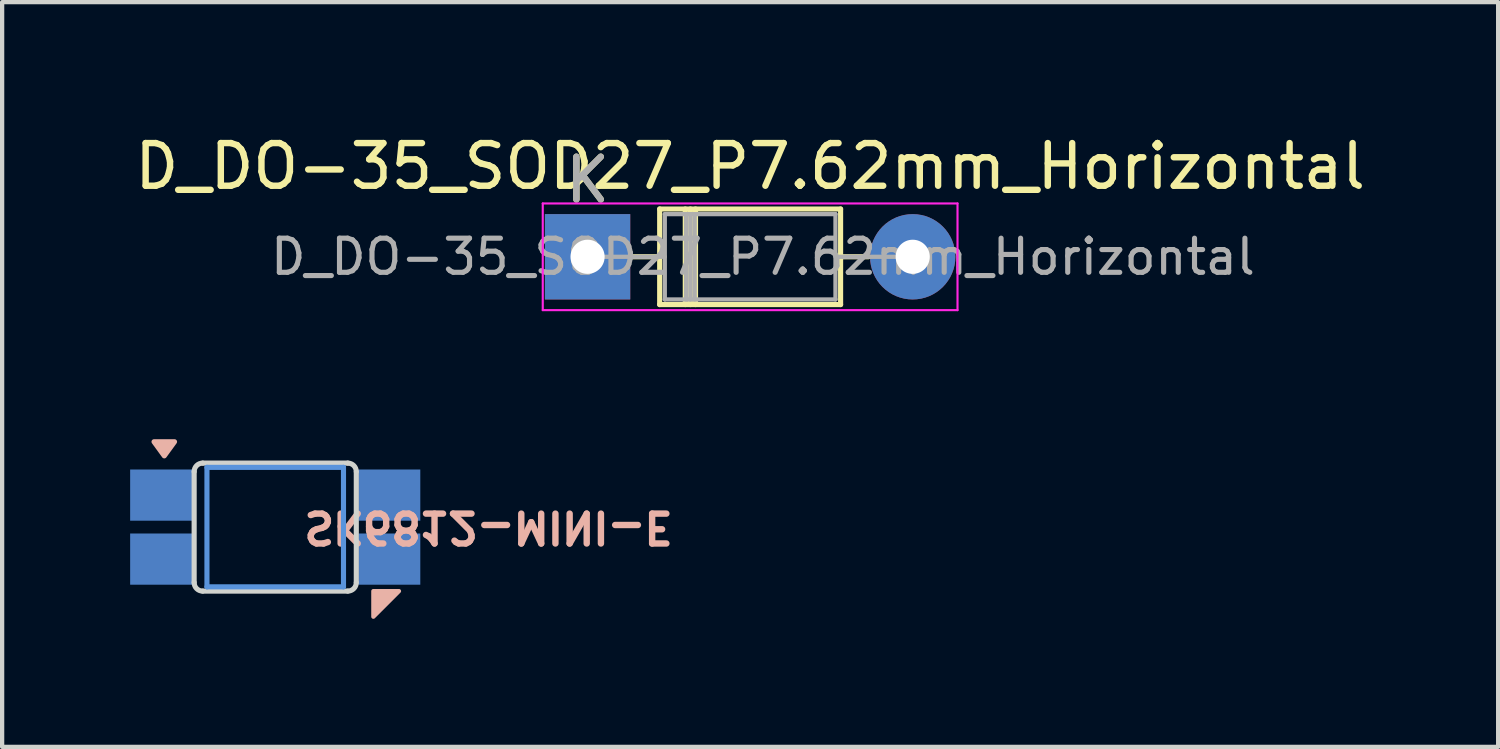
<source format=kicad_pcb>
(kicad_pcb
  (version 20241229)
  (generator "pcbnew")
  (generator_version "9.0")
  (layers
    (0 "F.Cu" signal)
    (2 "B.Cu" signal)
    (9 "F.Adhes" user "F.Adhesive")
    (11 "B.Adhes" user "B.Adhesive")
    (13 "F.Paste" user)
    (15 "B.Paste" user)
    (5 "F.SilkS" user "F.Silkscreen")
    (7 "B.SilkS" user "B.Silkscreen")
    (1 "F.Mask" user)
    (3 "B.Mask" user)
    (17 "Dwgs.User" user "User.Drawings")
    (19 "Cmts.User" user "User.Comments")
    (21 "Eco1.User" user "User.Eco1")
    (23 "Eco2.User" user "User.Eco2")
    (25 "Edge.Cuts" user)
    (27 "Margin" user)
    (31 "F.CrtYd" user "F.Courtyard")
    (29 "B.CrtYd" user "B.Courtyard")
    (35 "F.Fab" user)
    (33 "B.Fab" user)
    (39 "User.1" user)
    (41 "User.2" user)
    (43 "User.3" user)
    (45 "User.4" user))
  (footprint "SK6812-MINI-E"
    (layer "F.Cu")
    (at 3.4 9.303)
    (property "Reference" "SK6812-MINI-E" (at 5 0 180) (unlocked yes) (layer "B.SilkS") (effects (font (size 0.7 0.7) (thickness 0.15)) (justify mirror)))
    (attr smd)
    (fp_poly (pts (xy 2.9 1.5) (xy 2.3 1.5) (xy 2.3 2.1)) (stroke (width 0.1) (type solid)) (fill yes) (layer "B.SilkS"))
    (fp_poly (pts (xy -2.6 -1.67) (xy -2.36 -2) (xy -2.84 -2) (xy -2.6 -1.67)) (stroke (width 0.12) (type solid)) (fill yes) (layer "B.SilkS"))
    (fp_line (start -1.6 -1.4) (end 1.6 -1.4) (stroke (width 0.12) (type solid)) (layer "Cmts.User"))
    (fp_line (start -1.6 1.4) (end -1.6 -1.4) (stroke (width 0.12) (type solid)) (layer "Cmts.User"))
    (fp_line (start 1.6 -1.4) (end 1.6 1.4) (stroke (width 0.12) (type solid)) (layer "Cmts.User"))
    (fp_line (start 1.6 1.4) (end -1.6 1.4) (stroke (width 0.12) (type solid)) (layer "Cmts.User"))
    (fp_line (start -1.9 1.3) (end -1.9 -1.3) (stroke (width 0.12) (type solid)) (layer "Edge.Cuts"))
    (fp_line (start -1.7 -1.5) (end 1.7 -1.5) (stroke (width 0.12) (type solid)) (layer "Edge.Cuts"))
    (fp_line (start 1.7 1.5) (end -1.7 1.5) (stroke (width 0.12) (type solid)) (layer "Edge.Cuts"))
    (fp_line (start 1.9 -1.3) (end 1.9 1.3) (stroke (width 0.12) (type solid)) (layer "Edge.Cuts"))
    (fp_arc (start -1.9 -1.3) (mid -1.841421 -1.441421) (end -1.7 -1.5) (stroke (width 0.12) (type solid)) (layer "Edge.Cuts"))
    (fp_arc (start -1.7 1.5) (mid -1.841421 1.441421) (end -1.9 1.3) (stroke (width 0.12) (type solid)) (layer "Edge.Cuts"))
    (fp_arc (start 1.7 -1.5) (mid 1.841421 -1.441421) (end 1.9 -1.3) (stroke (width 0.12) (type solid)) (layer "Edge.Cuts"))
    (fp_arc (start 1.9 1.3) (mid 1.841421 1.441421) (end 1.7 1.5) (stroke (width 0.12) (type solid)) (layer "Edge.Cuts"))
    (pad "1" smd rect (at -2.675 0.75) (size 1.45 1.2) (layers "B.Cu" "B.Mask" "B.Paste"))
    (pad "2" smd rect (at 2.675 0.75) (size 1.45 1.2) (layers "B.Cu" "B.Mask" "B.Paste"))
    (pad "3" smd rect (at 2.675 -0.75) (size 1.45 1.2) (layers "B.Cu" "B.Mask" "B.Paste"))
    (pad "4" smd rect (at -2.675 -0.75) (size 1.45 1.2) (layers "B.Cu" "B.Mask" "B.Paste")))
  (footprint "D_DO-35_SOD27_P7.62mm_Horizontal"
    (layer "F.Cu")
    (at 10.72 2.968)
    (property "Reference" "D_DO-35_SOD27_P7.62mm_Horizontal" (at 3.81 -2.12 180) (layer "F.SilkS") (effects (font (size 1 1) (thickness 0.15))))
    (attr through_hole)
    (fp_line (start 1.04 0) (end 1.69 0) (stroke (width 0.12) (type solid)) (layer "F.SilkS"))
    (fp_line (start 1.69 -1.12) (end 1.69 1.12) (stroke (width 0.12) (type solid)) (layer "F.SilkS"))
    (fp_line (start 1.69 1.12) (end 5.93 1.12) (stroke (width 0.12) (type solid)) (layer "F.SilkS"))
    (fp_line (start 2.29 -1.12) (end 2.29 1.12) (stroke (width 0.12) (type solid)) (layer "F.SilkS"))
    (fp_line (start 2.41 -1.12) (end 2.41 1.12) (stroke (width 0.12) (type solid)) (layer "F.SilkS"))
    (fp_line (start 2.53 -1.12) (end 2.53 1.12) (stroke (width 0.12) (type solid)) (layer "F.SilkS"))
    (fp_line (start 5.93 -1.12) (end 1.69 -1.12) (stroke (width 0.12) (type solid)) (layer "F.SilkS"))
    (fp_line (start 5.93 1.12) (end 5.93 -1.12) (stroke (width 0.12) (type solid)) (layer "F.SilkS"))
    (fp_line (start 6.58 0) (end 5.93 0) (stroke (width 0.12) (type solid)) (layer "F.SilkS"))
    (fp_line (start -1.05 -1.25) (end -1.05 1.25) (stroke (width 0.05) (type solid)) (layer "F.CrtYd"))
    (fp_line (start -1.05 1.25) (end 8.67 1.25) (stroke (width 0.05) (type solid)) (layer "F.CrtYd"))
    (fp_line (start 8.67 -1.25) (end -1.05 -1.25) (stroke (width 0.05) (type solid)) (layer "F.CrtYd"))
    (fp_line (start 8.67 1.25) (end 8.67 -1.25) (stroke (width 0.05) (type solid)) (layer "F.CrtYd"))
    (fp_line (start 0 0) (end 1.81 0) (stroke (width 0.1) (type solid)) (layer "F.Fab"))
    (fp_line (start 1.81 -1) (end 1.81 1) (stroke (width 0.1) (type solid)) (layer "F.Fab"))
    (fp_line (start 1.81 1) (end 5.81 1) (stroke (width 0.1) (type solid)) (layer "F.Fab"))
    (fp_line (start 2.31 -1) (end 2.31 1) (stroke (width 0.1) (type solid)) (layer "F.Fab"))
    (fp_line (start 2.41 -1) (end 2.41 1) (stroke (width 0.1) (type solid)) (layer "F.Fab"))
    (fp_line (start 2.51 -1) (end 2.51 1) (stroke (width 0.1) (type solid)) (layer "F.Fab"))
    (fp_line (start 5.81 -1) (end 1.81 -1) (stroke (width 0.1) (type solid)) (layer "F.Fab"))
    (fp_line (start 5.81 1) (end 5.81 -1) (stroke (width 0.1) (type solid)) (layer "F.Fab"))
    (fp_line (start 7.62 0) (end 5.81 0) (stroke (width 0.1) (type solid)) (layer "F.Fab"))
    (fp_text user "K" (at 0 -1.8 180) (layer "F.SilkS") (effects (font (size 1 1) (thickness 0.15))))
    (fp_text user "${REFERENCE}" (at 4.11 0 180) (layer "F.Fab") (effects (font (size 0.8 0.8) (thickness 0.12))))
    (fp_text user "K" (at 0 -1.8 180) (layer "F.Fab") (effects (font (size 1 1) (thickness 0.15))))
    (pad "1" thru_hole rect (at 0 0) (size 2 2) (drill 0.8) (layers "*.Cu" "*.Mask"))
    (pad "2" thru_hole oval (at 7.62 0) (size 2 2) (drill 0.8) (layers "*.Cu" "*.Mask")))
  (gr_rect
    (start -3 -3)
    (end 32.06 14.453)
    (stroke (width 0.1) (type default))
    (fill no)
    (layer "Edge.Cuts")))
</source>
